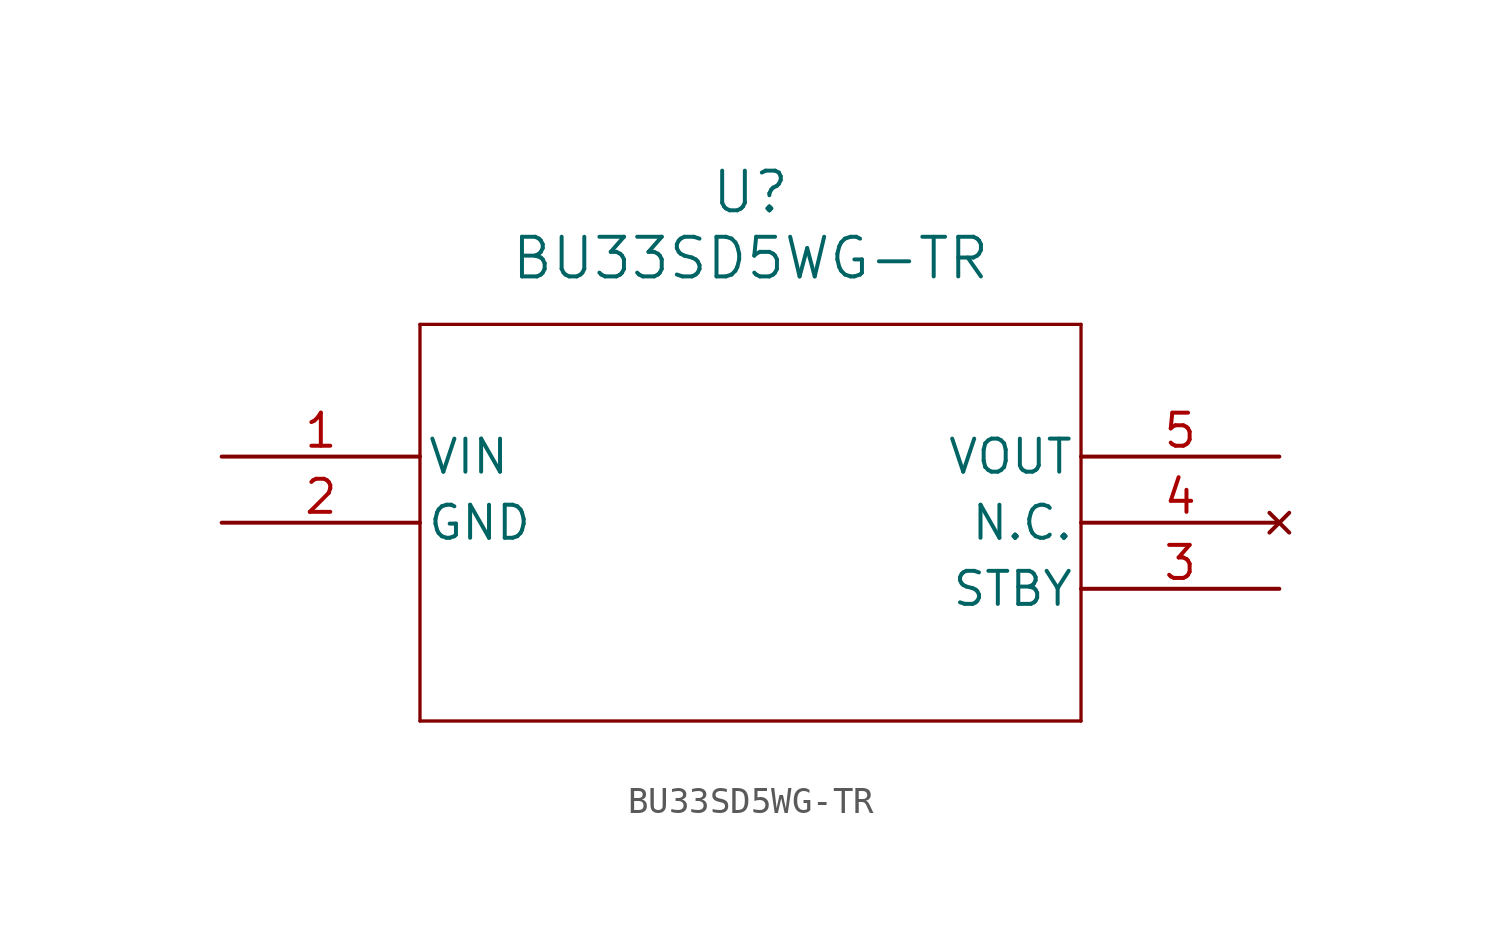
<source format=kicad_sym>
(kicad_symbol_lib
  (version 20211014)
  (generator kicad_symbol_editor)
  (symbol "BU33SD5WG-TR"
    (pin_names
      (offset 0.254))
    (property "Reference" "U"
      (at 20.32 10.16 0)
      (effects (font (size 1.524 1.524))))
    (property "Value" "BU33SD5WG-TR"
      (at 20.32 7.62 0)
      (effects (font (size 1.524 1.524))))
    (symbol "BU33SD5WG-TR_0_1"
      (polyline (pts (xy 7.62 5.08) (xy 7.62 -10.16)) (stroke (width 0.127) (type default) (color 0 0 0 0)) (fill (type none)))
      (polyline (pts (xy 7.62 -10.16) (xy 33.02 -10.16)) (stroke (width 0.127) (type default) (color 0 0 0 0)) (fill (type none)))
      (polyline (pts (xy 33.02 -10.16) (xy 33.02 5.08)) (stroke (width 0.127) (type default) (color 0 0 0 0)) (fill (type none)))
      (polyline (pts (xy 33.02 5.08) (xy 7.62 5.08)) (stroke (width 0.127) (type default) (color 0 0 0 0)) (fill (type none)))
      (pin unspecified line (at 0 0 0) (length 7.62) (name "VIN" (effects (font (size 1.27 1.27)))) (number "1" (effects (font (size 1.27 1.27)))))
      (pin power_out line (at 0 -2.54 0) (length 7.62) (name "GND" (effects (font (size 1.27 1.27)))) (number "2" (effects (font (size 1.27 1.27)))))
      (pin unspecified line (at 40.64 -5.08 180) (length 7.62) (name "STBY" (effects (font (size 1.27 1.27)))) (number "3" (effects (font (size 1.27 1.27)))))
      (pin no_connect line (at 40.64 -2.54 180) (length 7.62) (name "N.C." (effects (font (size 1.27 1.27)))) (number "4" (effects (font (size 1.27 1.27)))))
      (pin output line (at 40.64 0 180) (length 7.62) (name "VOUT" (effects (font (size 1.27 1.27)))) (number "5" (effects (font (size 1.27 1.27))))))))
</source>
